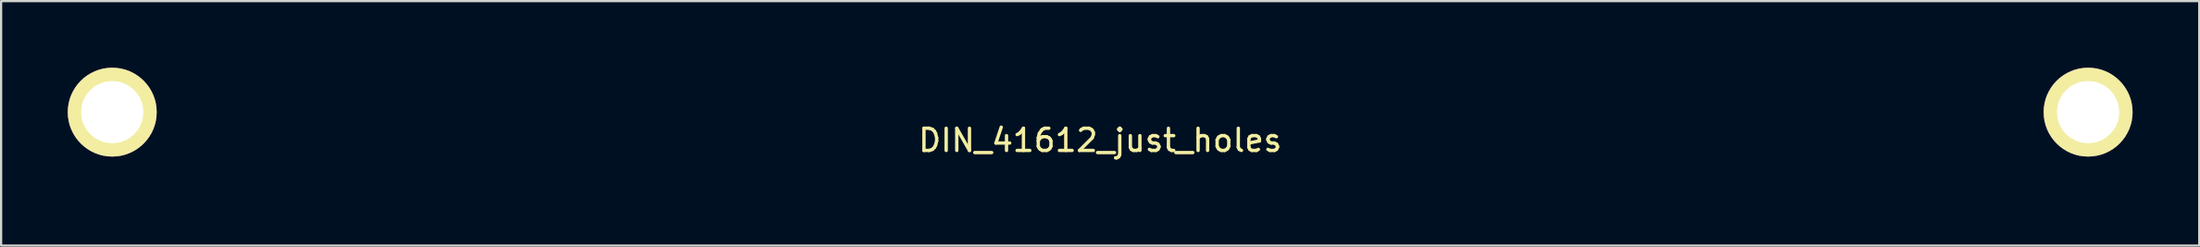
<source format=kicad_pcb>
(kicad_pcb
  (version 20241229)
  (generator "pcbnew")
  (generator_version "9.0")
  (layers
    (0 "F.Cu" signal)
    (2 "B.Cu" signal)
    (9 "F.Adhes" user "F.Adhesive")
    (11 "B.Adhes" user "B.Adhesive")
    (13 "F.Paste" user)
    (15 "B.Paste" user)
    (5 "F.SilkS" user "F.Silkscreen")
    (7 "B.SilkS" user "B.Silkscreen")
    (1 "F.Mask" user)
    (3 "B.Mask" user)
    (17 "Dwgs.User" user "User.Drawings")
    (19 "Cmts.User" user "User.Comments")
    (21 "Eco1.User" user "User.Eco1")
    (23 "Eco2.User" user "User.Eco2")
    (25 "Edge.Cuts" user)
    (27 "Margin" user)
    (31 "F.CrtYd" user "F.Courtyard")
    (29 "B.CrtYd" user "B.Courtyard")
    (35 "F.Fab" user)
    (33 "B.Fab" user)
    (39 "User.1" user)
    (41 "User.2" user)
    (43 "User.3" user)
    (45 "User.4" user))
  (footprint "DIN_41612_just_holes"
    (layer "F.Cu")
    (at 46.45 4.76)
    (property "Reference" "DIN_41612_just_holes" (at 0 -1.49 0) (layer "F.SilkS") (effects (font (size 1 1) (thickness 0.15))))
    (attr through_hole)
    (pad "" thru_hole circle (at -44.45 -2.76) (size 4 4) (drill 2.8) (layers "*.Cu" "*.Mask" "F.SilkS"))
    (pad "" thru_hole circle (at 44.45 -2.76) (size 4 4) (drill 2.8) (layers "*.Cu" "*.Mask" "F.SilkS")))
  (gr_rect
    (start -3 -3)
    (end 95.9 8.01)
    (stroke (width 0.1) (type default))
    (fill no)
    (layer "Edge.Cuts")))
</source>
